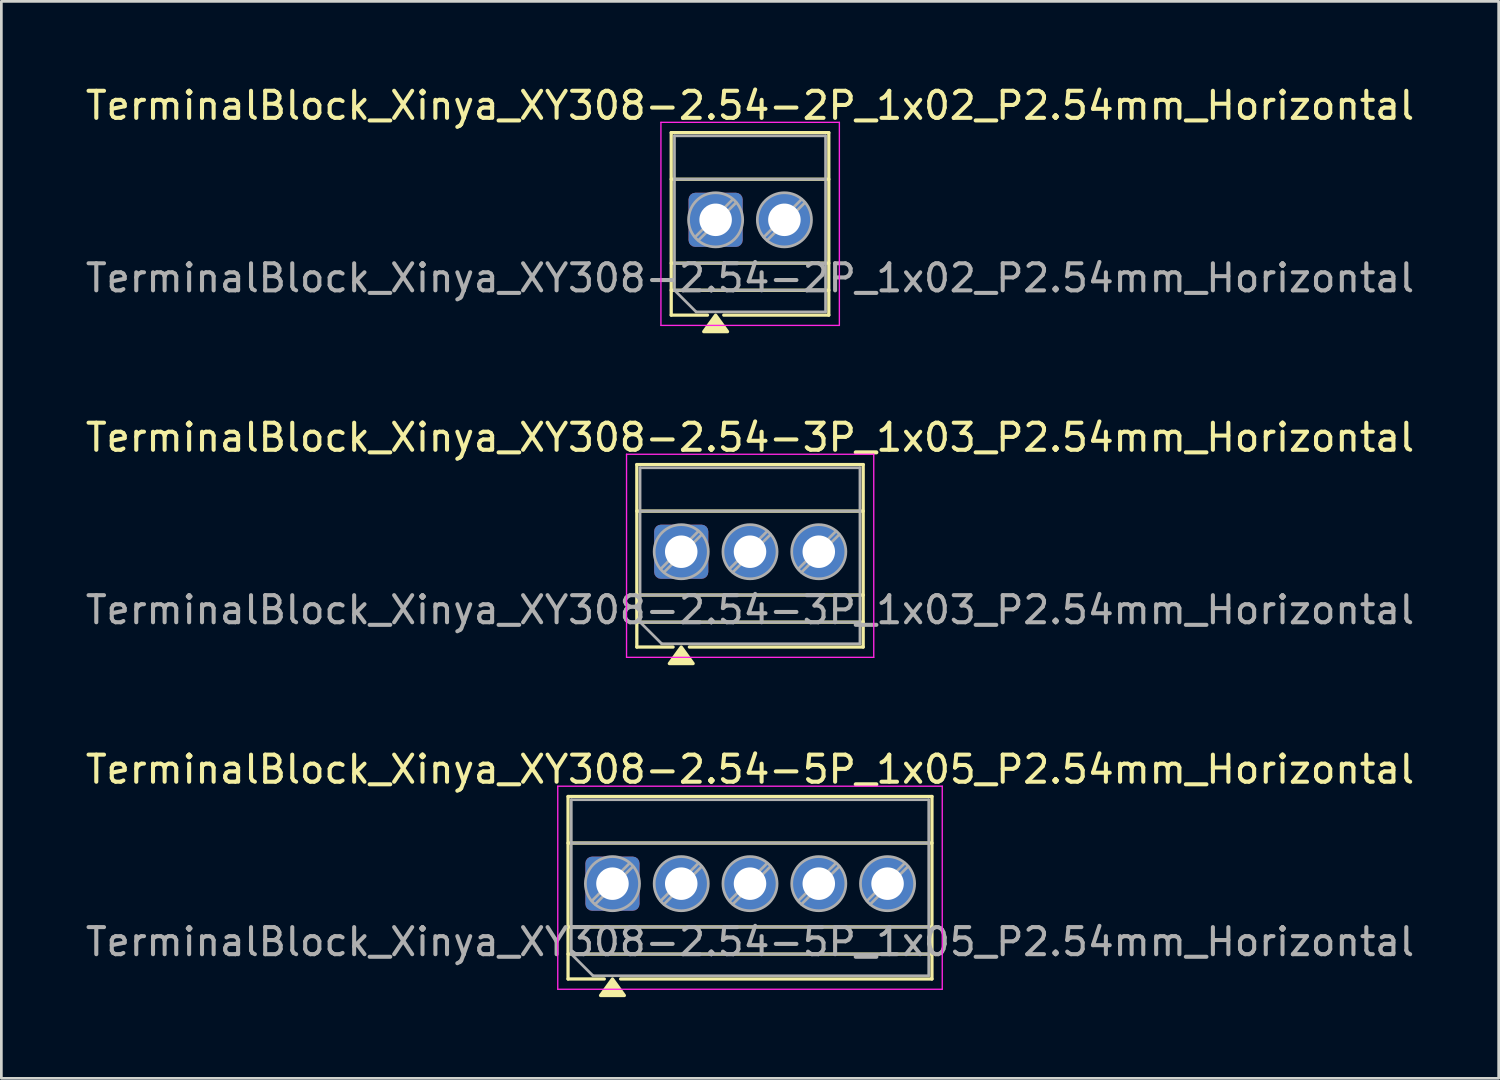
<source format=kicad_pcb>
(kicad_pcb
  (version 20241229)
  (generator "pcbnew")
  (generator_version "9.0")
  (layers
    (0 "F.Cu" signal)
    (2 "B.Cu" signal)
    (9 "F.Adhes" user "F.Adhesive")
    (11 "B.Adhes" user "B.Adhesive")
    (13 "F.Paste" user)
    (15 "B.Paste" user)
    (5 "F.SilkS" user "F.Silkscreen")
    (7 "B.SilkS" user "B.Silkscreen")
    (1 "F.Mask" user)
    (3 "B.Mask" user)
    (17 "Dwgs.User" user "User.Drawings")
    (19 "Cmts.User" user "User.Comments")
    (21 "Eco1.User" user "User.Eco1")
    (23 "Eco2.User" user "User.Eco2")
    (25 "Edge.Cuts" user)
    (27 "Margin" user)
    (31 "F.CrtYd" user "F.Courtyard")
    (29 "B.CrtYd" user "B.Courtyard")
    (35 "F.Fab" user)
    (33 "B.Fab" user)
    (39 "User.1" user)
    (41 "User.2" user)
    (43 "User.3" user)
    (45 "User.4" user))
  (footprint "TerminalBlock_Xinya_XY308-2.54-5P_1x05_P2.54mm_Horizontal"
    (layer "F.Cu")
    (at 19.569 29.585)
    (property "Reference" "TerminalBlock_Xinya_XY308-2.54-5P_1x05_P2.54mm_Horizontal" (at 5.08 -4.22 0) (layer "F.SilkS") (effects (font (size 1 1) (thickness 0.15))))
    (attr through_hole)
    (fp_line (start -1.64 -3.22) (end -1.64 3.52) (stroke (width 0.12) (type solid)) (layer "F.SilkS"))
    (fp_line (start -1.64 -3.22) (end 11.8 -3.22) (stroke (width 0.12) (type solid)) (layer "F.SilkS"))
    (fp_line (start -1.64 -1.5) (end 11.8 -1.5) (stroke (width 0.12) (type solid)) (layer "F.SilkS"))
    (fp_line (start -1.64 1.6) (end 11.8 1.6) (stroke (width 0.12) (type solid)) (layer "F.SilkS"))
    (fp_line (start -1.64 2.6) (end 11.8 2.6) (stroke (width 0.12) (type solid)) (layer "F.SilkS"))
    (fp_line (start -1.64 3.52) (end -0.3 3.52) (stroke (width 0.12) (type solid)) (layer "F.SilkS"))
    (fp_line (start 0.3 3.52) (end 11.8 3.52) (stroke (width 0.12) (type solid)) (layer "F.SilkS"))
    (fp_line (start 11.8 -3.22) (end 11.8 3.52) (stroke (width 0.12) (type solid)) (layer "F.SilkS"))
    (fp_poly (pts (xy 0 3.52) (xy 0.44 4.13) (xy -0.44 4.13)) (stroke (width 0.12) (type solid)) (fill yes) (layer "F.SilkS"))
    (fp_line (start -2.02 -3.6) (end -2.02 3.9) (stroke (width 0.05) (type solid)) (layer "F.CrtYd"))
    (fp_line (start -2.02 3.9) (end 12.18 3.9) (stroke (width 0.05) (type solid)) (layer "F.CrtYd"))
    (fp_line (start 12.18 -3.6) (end -2.02 -3.6) (stroke (width 0.05) (type solid)) (layer "F.CrtYd"))
    (fp_line (start 12.18 3.9) (end 12.18 -3.6) (stroke (width 0.05) (type solid)) (layer "F.CrtYd"))
    (fp_line (start -1.52 -3.1) (end 11.68 -3.1) (stroke (width 0.1) (type solid)) (layer "F.Fab"))
    (fp_line (start -1.52 -1.5) (end 11.68 -1.5) (stroke (width 0.1) (type solid)) (layer "F.Fab"))
    (fp_line (start -1.52 1.6) (end 11.68 1.6) (stroke (width 0.1) (type solid)) (layer "F.Fab"))
    (fp_line (start -1.52 2.6) (end -1.52 -3.1) (stroke (width 0.1) (type solid)) (layer "F.Fab"))
    (fp_line (start -1.52 2.6) (end 11.68 2.6) (stroke (width 0.1) (type solid)) (layer "F.Fab"))
    (fp_line (start -0.72 3.4) (end -1.52 2.6) (stroke (width 0.1) (type solid)) (layer "F.Fab"))
    (fp_line (start 0.636 -0.758) (end -0.758 0.636) (stroke (width 0.1) (type solid)) (layer "F.Fab"))
    (fp_line (start 0.758 -0.636) (end -0.636 0.758) (stroke (width 0.1) (type solid)) (layer "F.Fab"))
    (fp_line (start 3.176 -0.758) (end 1.782 0.636) (stroke (width 0.1) (type solid)) (layer "F.Fab"))
    (fp_line (start 3.298 -0.636) (end 1.904 0.758) (stroke (width 0.1) (type solid)) (layer "F.Fab"))
    (fp_line (start 5.716 -0.758) (end 4.322 0.636) (stroke (width 0.1) (type solid)) (layer "F.Fab"))
    (fp_line (start 5.838 -0.636) (end 4.444 0.758) (stroke (width 0.1) (type solid)) (layer "F.Fab"))
    (fp_line (start 8.256 -0.758) (end 6.862 0.636) (stroke (width 0.1) (type solid)) (layer "F.Fab"))
    (fp_line (start 8.378 -0.636) (end 6.984 0.758) (stroke (width 0.1) (type solid)) (layer "F.Fab"))
    (fp_line (start 10.796 -0.758) (end 9.402 0.636) (stroke (width 0.1) (type solid)) (layer "F.Fab"))
    (fp_line (start 10.918 -0.636) (end 9.524 0.758) (stroke (width 0.1) (type solid)) (layer "F.Fab"))
    (fp_line (start 11.68 -3.1) (end 11.68 3.4) (stroke (width 0.1) (type solid)) (layer "F.Fab"))
    (fp_line (start 11.68 3.4) (end -0.72 3.4) (stroke (width 0.1) (type solid)) (layer "F.Fab"))
    (fp_circle (center 0 0) (end 1 0) (stroke (width 0.1) (type solid)) (fill no) (layer "F.Fab"))
    (fp_circle (center 2.54 0) (end 3.54 0) (stroke (width 0.1) (type solid)) (fill no) (layer "F.Fab"))
    (fp_circle (center 5.08 0) (end 6.08 0) (stroke (width 0.1) (type solid)) (fill no) (layer "F.Fab"))
    (fp_circle (center 7.62 0) (end 8.62 0) (stroke (width 0.1) (type solid)) (fill no) (layer "F.Fab"))
    (fp_circle (center 10.16 0) (end 11.16 0) (stroke (width 0.1) (type solid)) (fill no) (layer "F.Fab"))
    (fp_text user "${REFERENCE}" (at 5.08 2.15 0) (layer "F.Fab") (effects (font (size 1 1) (thickness 0.15))))
    (pad "1" thru_hole roundrect (at 0 0) (size 2 2) (drill 1.2) (layers "*.Cu" "*.Mask") (roundrect_rratio 0.125))
    (pad "2" thru_hole circle (at 2.54 0) (size 2 2) (drill 1.2) (layers "*.Cu" "*.Mask"))
    (pad "3" thru_hole circle (at 5.08 0) (size 2 2) (drill 1.2) (layers "*.Cu" "*.Mask"))
    (pad "4" thru_hole circle (at 7.62 0) (size 2 2) (drill 1.2) (layers "*.Cu" "*.Mask"))
    (pad "5" thru_hole circle (at 10.16 0) (size 2 2) (drill 1.2) (layers "*.Cu" "*.Mask")))
  (footprint "TerminalBlock_Xinya_XY308-2.54-2P_1x02_P2.54mm_Horizontal"
    (layer "F.Cu")
    (at 23.379 5.068)
    (property "Reference" "TerminalBlock_Xinya_XY308-2.54-2P_1x02_P2.54mm_Horizontal" (at 1.27 -4.22 0) (layer "F.SilkS") (effects (font (size 1 1) (thickness 0.15))))
    (attr through_hole)
    (fp_line (start -1.64 -3.22) (end -1.64 3.52) (stroke (width 0.12) (type solid)) (layer "F.SilkS"))
    (fp_line (start -1.64 -3.22) (end 4.18 -3.22) (stroke (width 0.12) (type solid)) (layer "F.SilkS"))
    (fp_line (start -1.64 -1.5) (end 4.18 -1.5) (stroke (width 0.12) (type solid)) (layer "F.SilkS"))
    (fp_line (start -1.64 1.6) (end 4.18 1.6) (stroke (width 0.12) (type solid)) (layer "F.SilkS"))
    (fp_line (start -1.64 2.6) (end 4.18 2.6) (stroke (width 0.12) (type solid)) (layer "F.SilkS"))
    (fp_line (start -1.64 3.52) (end -0.3 3.52) (stroke (width 0.12) (type solid)) (layer "F.SilkS"))
    (fp_line (start 0.3 3.52) (end 4.18 3.52) (stroke (width 0.12) (type solid)) (layer "F.SilkS"))
    (fp_line (start 4.18 -3.22) (end 4.18 3.52) (stroke (width 0.12) (type solid)) (layer "F.SilkS"))
    (fp_poly (pts (xy 0 3.52) (xy 0.44 4.13) (xy -0.44 4.13)) (stroke (width 0.12) (type solid)) (fill yes) (layer "F.SilkS"))
    (fp_line (start -2.02 -3.6) (end -2.02 3.9) (stroke (width 0.05) (type solid)) (layer "F.CrtYd"))
    (fp_line (start -2.02 3.9) (end 4.57 3.9) (stroke (width 0.05) (type solid)) (layer "F.CrtYd"))
    (fp_line (start 4.57 -3.6) (end -2.02 -3.6) (stroke (width 0.05) (type solid)) (layer "F.CrtYd"))
    (fp_line (start 4.57 3.9) (end 4.57 -3.6) (stroke (width 0.05) (type solid)) (layer "F.CrtYd"))
    (fp_line (start -1.52 -3.1) (end 4.06 -3.1) (stroke (width 0.1) (type solid)) (layer "F.Fab"))
    (fp_line (start -1.52 -1.5) (end 4.06 -1.5) (stroke (width 0.1) (type solid)) (layer "F.Fab"))
    (fp_line (start -1.52 1.6) (end 4.06 1.6) (stroke (width 0.1) (type solid)) (layer "F.Fab"))
    (fp_line (start -1.52 2.6) (end -1.52 -3.1) (stroke (width 0.1) (type solid)) (layer "F.Fab"))
    (fp_line (start -1.52 2.6) (end 4.06 2.6) (stroke (width 0.1) (type solid)) (layer "F.Fab"))
    (fp_line (start -0.72 3.4) (end -1.52 2.6) (stroke (width 0.1) (type solid)) (layer "F.Fab"))
    (fp_line (start 0.636 -0.758) (end -0.758 0.636) (stroke (width 0.1) (type solid)) (layer "F.Fab"))
    (fp_line (start 0.758 -0.636) (end -0.636 0.758) (stroke (width 0.1) (type solid)) (layer "F.Fab"))
    (fp_line (start 3.176 -0.758) (end 1.782 0.636) (stroke (width 0.1) (type solid)) (layer "F.Fab"))
    (fp_line (start 3.298 -0.636) (end 1.904 0.758) (stroke (width 0.1) (type solid)) (layer "F.Fab"))
    (fp_line (start 4.06 -3.1) (end 4.06 3.4) (stroke (width 0.1) (type solid)) (layer "F.Fab"))
    (fp_line (start 4.06 3.4) (end -0.72 3.4) (stroke (width 0.1) (type solid)) (layer "F.Fab"))
    (fp_circle (center 0 0) (end 1 0) (stroke (width 0.1) (type solid)) (fill no) (layer "F.Fab"))
    (fp_circle (center 2.54 0) (end 3.54 0) (stroke (width 0.1) (type solid)) (fill no) (layer "F.Fab"))
    (fp_text user "${REFERENCE}" (at 1.27 2.15 0) (layer "F.Fab") (effects (font (size 1 1) (thickness 0.15))))
    (pad "1" thru_hole roundrect (at 0 0) (size 2 2) (drill 1.2) (layers "*.Cu" "*.Mask") (roundrect_rratio 0.125))
    (pad "2" thru_hole circle (at 2.54 0) (size 2 2) (drill 1.2) (layers "*.Cu" "*.Mask")))
  (footprint "TerminalBlock_Xinya_XY308-2.54-3P_1x03_P2.54mm_Horizontal"
    (layer "F.Cu")
    (at 22.109 17.326)
    (property "Reference" "TerminalBlock_Xinya_XY308-2.54-3P_1x03_P2.54mm_Horizontal" (at 2.54 -4.22 0) (layer "F.SilkS") (effects (font (size 1 1) (thickness 0.15))))
    (attr through_hole)
    (fp_line (start -1.64 -3.22) (end -1.64 3.52) (stroke (width 0.12) (type solid)) (layer "F.SilkS"))
    (fp_line (start -1.64 -3.22) (end 6.72 -3.22) (stroke (width 0.12) (type solid)) (layer "F.SilkS"))
    (fp_line (start -1.64 -1.5) (end 6.72 -1.5) (stroke (width 0.12) (type solid)) (layer "F.SilkS"))
    (fp_line (start -1.64 1.6) (end 6.72 1.6) (stroke (width 0.12) (type solid)) (layer "F.SilkS"))
    (fp_line (start -1.64 2.6) (end 6.72 2.6) (stroke (width 0.12) (type solid)) (layer "F.SilkS"))
    (fp_line (start -1.64 3.52) (end -0.3 3.52) (stroke (width 0.12) (type solid)) (layer "F.SilkS"))
    (fp_line (start 0.3 3.52) (end 6.72 3.52) (stroke (width 0.12) (type solid)) (layer "F.SilkS"))
    (fp_line (start 6.72 -3.22) (end 6.72 3.52) (stroke (width 0.12) (type solid)) (layer "F.SilkS"))
    (fp_poly (pts (xy 0 3.52) (xy 0.44 4.13) (xy -0.44 4.13)) (stroke (width 0.12) (type solid)) (fill yes) (layer "F.SilkS"))
    (fp_line (start -2.02 -3.6) (end -2.02 3.9) (stroke (width 0.05) (type solid)) (layer "F.CrtYd"))
    (fp_line (start -2.02 3.9) (end 7.11 3.9) (stroke (width 0.05) (type solid)) (layer "F.CrtYd"))
    (fp_line (start 7.11 -3.6) (end -2.02 -3.6) (stroke (width 0.05) (type solid)) (layer "F.CrtYd"))
    (fp_line (start 7.11 3.9) (end 7.11 -3.6) (stroke (width 0.05) (type solid)) (layer "F.CrtYd"))
    (fp_line (start -1.52 -3.1) (end 6.6 -3.1) (stroke (width 0.1) (type solid)) (layer "F.Fab"))
    (fp_line (start -1.52 -1.5) (end 6.6 -1.5) (stroke (width 0.1) (type solid)) (layer "F.Fab"))
    (fp_line (start -1.52 1.6) (end 6.6 1.6) (stroke (width 0.1) (type solid)) (layer "F.Fab"))
    (fp_line (start -1.52 2.6) (end -1.52 -3.1) (stroke (width 0.1) (type solid)) (layer "F.Fab"))
    (fp_line (start -1.52 2.6) (end 6.6 2.6) (stroke (width 0.1) (type solid)) (layer "F.Fab"))
    (fp_line (start -0.72 3.4) (end -1.52 2.6) (stroke (width 0.1) (type solid)) (layer "F.Fab"))
    (fp_line (start 0.636 -0.758) (end -0.758 0.636) (stroke (width 0.1) (type solid)) (layer "F.Fab"))
    (fp_line (start 0.758 -0.636) (end -0.636 0.758) (stroke (width 0.1) (type solid)) (layer "F.Fab"))
    (fp_line (start 3.176 -0.758) (end 1.782 0.636) (stroke (width 0.1) (type solid)) (layer "F.Fab"))
    (fp_line (start 3.298 -0.636) (end 1.904 0.758) (stroke (width 0.1) (type solid)) (layer "F.Fab"))
    (fp_line (start 5.716 -0.758) (end 4.322 0.636) (stroke (width 0.1) (type solid)) (layer "F.Fab"))
    (fp_line (start 5.838 -0.636) (end 4.444 0.758) (stroke (width 0.1) (type solid)) (layer "F.Fab"))
    (fp_line (start 6.6 -3.1) (end 6.6 3.4) (stroke (width 0.1) (type solid)) (layer "F.Fab"))
    (fp_line (start 6.6 3.4) (end -0.72 3.4) (stroke (width 0.1) (type solid)) (layer "F.Fab"))
    (fp_circle (center 0 0) (end 1 0) (stroke (width 0.1) (type solid)) (fill no) (layer "F.Fab"))
    (fp_circle (center 2.54 0) (end 3.54 0) (stroke (width 0.1) (type solid)) (fill no) (layer "F.Fab"))
    (fp_circle (center 5.08 0) (end 6.08 0) (stroke (width 0.1) (type solid)) (fill no) (layer "F.Fab"))
    (fp_text user "${REFERENCE}" (at 2.54 2.15 0) (layer "F.Fab") (effects (font (size 1 1) (thickness 0.15))))
    (pad "1" thru_hole roundrect (at 0 0) (size 2 2) (drill 1.2) (layers "*.Cu" "*.Mask") (roundrect_rratio 0.125))
    (pad "2" thru_hole circle (at 2.54 0) (size 2 2) (drill 1.2) (layers "*.Cu" "*.Mask"))
    (pad "3" thru_hole circle (at 5.08 0) (size 2 2) (drill 1.2) (layers "*.Cu" "*.Mask")))
  (gr_rect
    (start -3 -3)
    (end 52.298 36.775)
    (stroke (width 0.1) (type default))
    (fill no)
    (layer "Edge.Cuts")))
</source>
